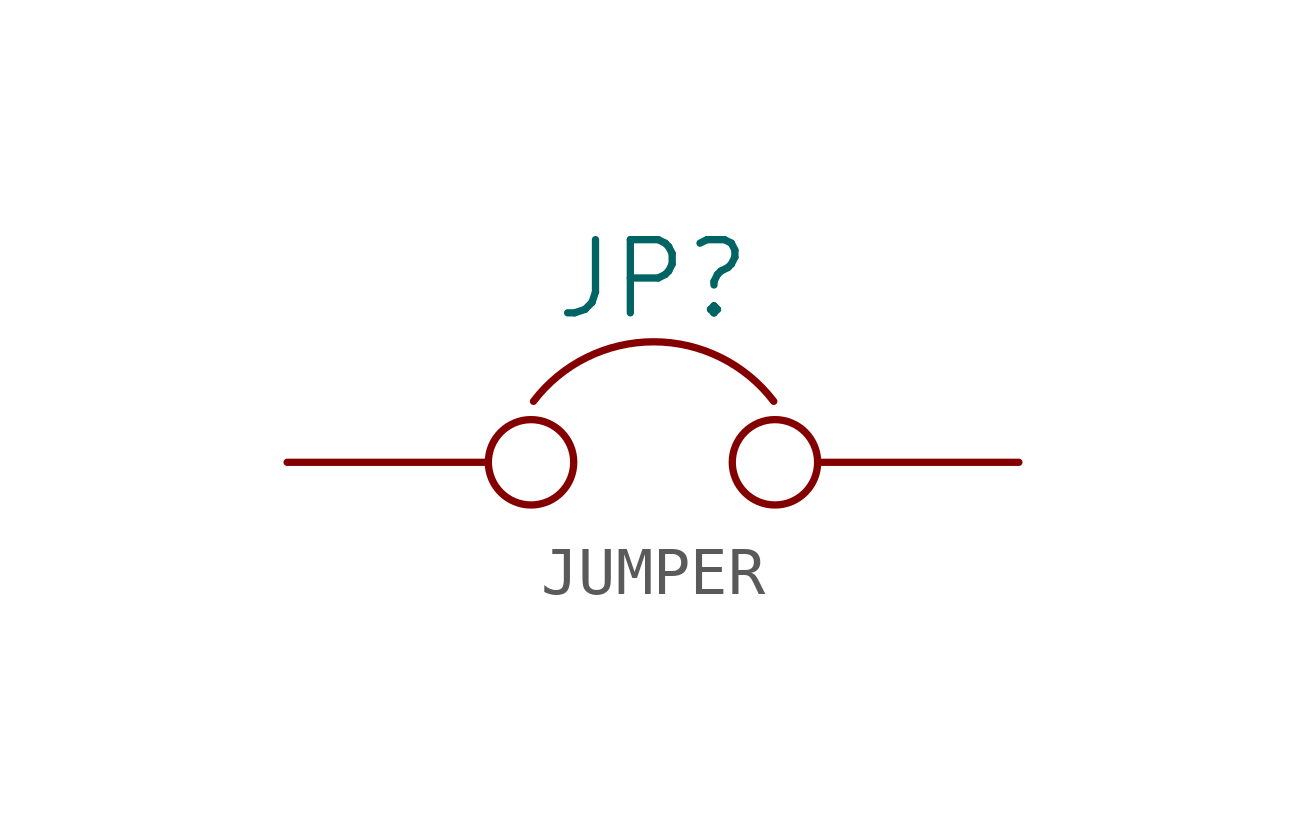
<source format=kicad_sym>
(kicad_symbol_lib
  (version 20211014)
  (generator kicad_symbol_editor)
  (symbol "JUMPER"
    (pin_numbers hide)
    (pin_names
      (offset 0.762) hide)
    (property "Reference" "JP"
      (at 0 3.81 0)
      (effects (font (size 1.524 1.524))))
    (property "Footprint" ""
      (at 0 0 0)
      (effects (font (size 1.524 1.524))))
    (property "Datasheet" ""
      (at 0 0 0)
      (effects (font (size 1.524 1.524))))
    (symbol "JUMPER_0_1"
      (circle (center -2.54 0) (radius 0.889) (stroke (width 0) (type default) (color 0 0 0 0)) (fill (type none)))
      (arc (start 2.5146 1.27) (mid 0.0078 2.5097) (end -2.4892 1.27) (stroke (width 0) (type default) (color 0 0 0 0)) (fill (type none)))
      (circle (center 2.54 0) (radius 0.889) (stroke (width 0) (type default) (color 0 0 0 0)) (fill (type none)))
      (pin passive line (at -7.62 0 0) (length 4.191) (name "1" (effects (font (size 1.524 1.524)))) (number "1" (effects (font (size 1.524 1.524)))))
      (pin passive line (at 7.62 0 180) (length 4.191) (name "2" (effects (font (size 1.524 1.524)))) (number "2" (effects (font (size 1.524 1.524))))))))
</source>
